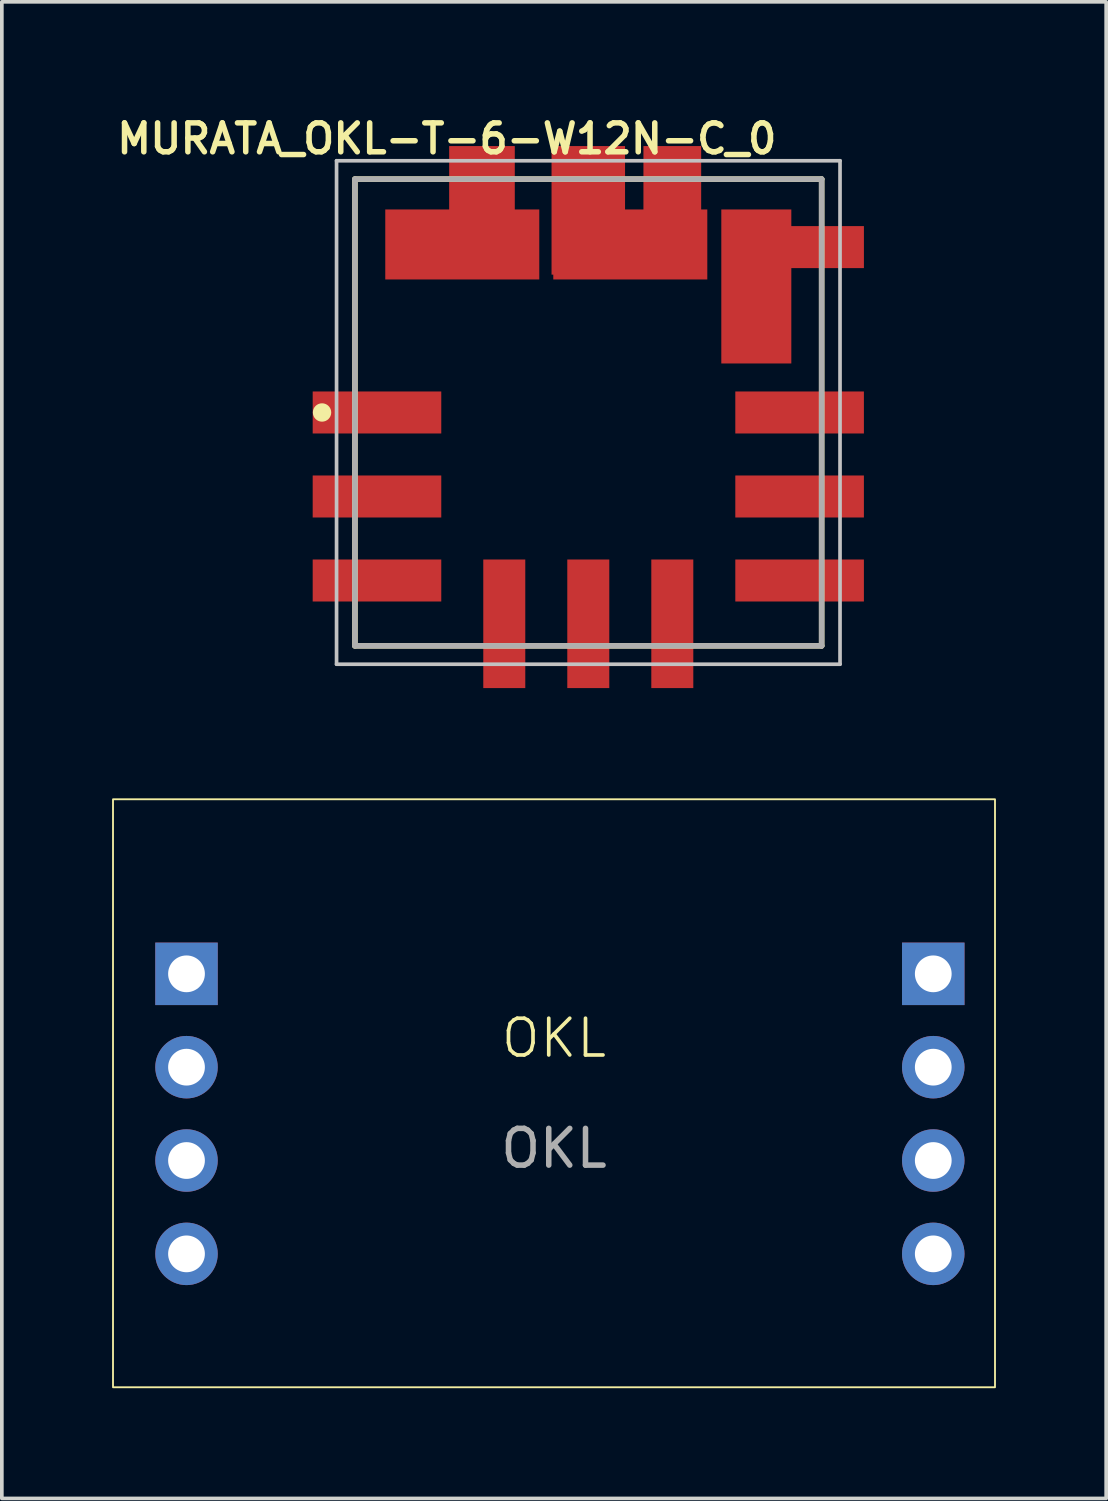
<source format=kicad_pcb>
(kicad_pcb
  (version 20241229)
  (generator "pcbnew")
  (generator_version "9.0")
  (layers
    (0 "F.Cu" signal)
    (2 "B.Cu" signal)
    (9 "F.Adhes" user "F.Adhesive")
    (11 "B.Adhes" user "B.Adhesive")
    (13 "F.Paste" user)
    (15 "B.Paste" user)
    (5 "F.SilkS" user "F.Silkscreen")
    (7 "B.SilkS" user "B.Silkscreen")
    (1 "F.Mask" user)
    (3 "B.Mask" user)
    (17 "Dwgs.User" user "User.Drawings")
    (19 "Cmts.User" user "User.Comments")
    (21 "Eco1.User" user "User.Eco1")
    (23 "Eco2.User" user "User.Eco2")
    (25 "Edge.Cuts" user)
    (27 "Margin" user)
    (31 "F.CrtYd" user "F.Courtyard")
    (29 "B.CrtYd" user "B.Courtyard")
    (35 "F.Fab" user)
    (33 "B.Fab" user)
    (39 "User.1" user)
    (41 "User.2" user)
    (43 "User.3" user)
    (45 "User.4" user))
  (footprint "MURATA_OKL-T-6-W12N-C_0"
    (layer "F.Cu")
    (at 12.958 8.174)
    (property "Reference" "MURATA_OKL-T-6-W12N-C_0" (at -3.85 -7.45 0) (layer "F.SilkS") (effects (font (size 0.787 0.787) (thickness 0.15))))
    (attr smd)
    (fp_line (start -6.35 -6.35) (end 6.35 -6.35) (stroke (width 0.15) (type solid)) (layer "F.SilkS"))
    (fp_line (start -6.35 6.35) (end -6.35 -6.35) (stroke (width 0.15) (type solid)) (layer "F.SilkS"))
    (fp_line (start -6.35 6.35) (end 6.35 6.35) (stroke (width 0.15) (type solid)) (layer "F.SilkS"))
    (fp_line (start 6.35 6.35) (end 6.35 -6.35) (stroke (width 0.15) (type solid)) (layer "F.SilkS"))
    (fp_circle (center -7.245 0) (end -6.995 0) (stroke (width 0) (type solid)) (fill yes) (layer "F.SilkS"))
    (fp_line (start -6.85 -6.85) (end 6.85 -6.85) (stroke (width 0.1) (type solid)) (layer "Dwgs.User"))
    (fp_line (start -6.85 6.85) (end -6.85 -6.85) (stroke (width 0.1) (type solid)) (layer "Dwgs.User"))
    (fp_line (start 6.85 -6.85) (end 6.85 6.85) (stroke (width 0.1) (type solid)) (layer "Dwgs.User"))
    (fp_line (start 6.85 6.85) (end -6.85 6.85) (stroke (width 0.1) (type solid)) (layer "Dwgs.User"))
    (fp_line (start -6.35 -6.35) (end 6.35 -6.35) (stroke (width 0.15) (type solid)) (layer "F.Fab"))
    (fp_line (start -6.35 6.35) (end -6.35 -6.35) (stroke (width 0.15) (type solid)) (layer "F.Fab"))
    (fp_line (start 6.35 -6.35) (end 6.35 6.35) (stroke (width 0.15) (type solid)) (layer "F.Fab"))
    (fp_line (start 6.35 6.35) (end -6.35 6.35) (stroke (width 0.15) (type solid)) (layer "F.Fab"))
    (pad "1" smd rect (at -5.75 0) (size 3.499 1.143) (layers "F.Cu" "F.Mask" "F.Paste"))
    (pad "2" smd rect (at -3.429 -4.572) (size 4.191 1.905) (layers "F.Cu" "F.Mask" "F.Paste"))
    (pad "2" smd rect (at -2.893 -5.5) (size 1.786 3.499) (layers "F.Cu" "F.Mask" "F.Paste"))
    (pad "3" smd rect (at 0 -5.5) (size 2 3.499) (layers "F.Cu" "F.Mask" "F.Paste"))
    (pad "3" smd rect (at 1.143 -4.572) (size 4.191 1.905) (layers "F.Cu" "F.Mask" "F.Paste"))
    (pad "3" smd rect (at 2.286 -5.5) (size 1.571 3.499) (layers "F.Cu" "F.Mask" "F.Paste"))
    (pad "4" smd rect (at 4.572 -3.429) (size 1.905 4.191) (layers "F.Cu" "F.Mask" "F.Paste"))
    (pad "4" smd rect (at 5.625 -4.5) (size 3.75 1.143) (layers "F.Cu" "F.Mask" "F.Paste"))
    (pad "5" smd rect (at 5.75 0) (size 3.499 1.143) (layers "F.Cu" "F.Mask" "F.Paste"))
    (pad "6" smd rect (at 5.75 4.572) (size 3.499 1.143) (layers "F.Cu" "F.Mask" "F.Paste"))
    (pad "7" smd rect (at 0 5.75) (size 1.143 3.499) (layers "F.Cu" "F.Mask" "F.Paste"))
    (pad "8" smd rect (at -2.286 5.75) (size 1.143 3.499) (layers "F.Cu" "F.Mask" "F.Paste"))
    (pad "9" smd rect (at -5.75 4.572) (size 3.499 1.143) (layers "F.Cu" "F.Mask" "F.Paste"))
    (pad "10" smd rect (at -5.75 2.286) (size 3.499 1.143) (layers "F.Cu" "F.Mask" "F.Paste"))
    (pad "11" smd rect (at 5.75 2.286) (size 3.499 1.143) (layers "F.Cu" "F.Mask" "F.Paste"))
    (pad "12" smd rect (at 2.286 5.75) (size 1.143 3.499) (layers "F.Cu" "F.Mask" "F.Paste")))
  (footprint "OKL"
    (layer "F.Cu")
    (at 12.025 25.699)
    (property "Reference" "OKL" (at 0 -0.5 0) (unlocked yes) (layer "F.SilkS") (effects (font (size 1 1) (thickness 0.1))))
    (attr smd)
    (fp_rect (start -12 -7) (end 12 9) (stroke (width 0.05) (type solid)) (fill no) (layer "F.SilkS"))
    (fp_text user "${REFERENCE}" (at 0 2.5 0) (unlocked yes) (layer "F.Fab") (effects (font (size 1 1) (thickness 0.15))))
    (pad "1" thru_hole rect (at -10 -2.25) (size 1.7 1.7) (drill 1) (layers "*.Cu" "*.Mask"))
    (pad "1" thru_hole circle (at -10 0.29) (size 1.7 1.7) (drill 1) (layers "*.Cu" "*.Mask"))
    (pad "2" thru_hole circle (at -10 2.83) (size 1.7 1.7) (drill 1) (layers "*.Cu" "*.Mask"))
    (pad "2" thru_hole circle (at -10 5.37) (size 1.7 1.7) (drill 1) (layers "*.Cu" "*.Mask"))
    (pad "3" thru_hole rect (at 10.32 -2.25) (size 1.7 1.7) (drill 1) (layers "*.Cu" "*.Mask"))
    (pad "3" thru_hole circle (at 10.32 0.29) (size 1.7 1.7) (drill 1) (layers "*.Cu" "*.Mask"))
    (pad "4" thru_hole circle (at 10.32 2.83) (size 1.7 1.7) (drill 1) (layers "*.Cu" "*.Mask"))
    (pad "4" thru_hole circle (at 10.32 5.37) (size 1.7 1.7) (drill 1) (layers "*.Cu" "*.Mask")))
  (gr_rect
    (start -3 -3)
    (end 27.05 37.724)
    (stroke (width 0.1) (type default))
    (fill no)
    (layer "Edge.Cuts")))
</source>
